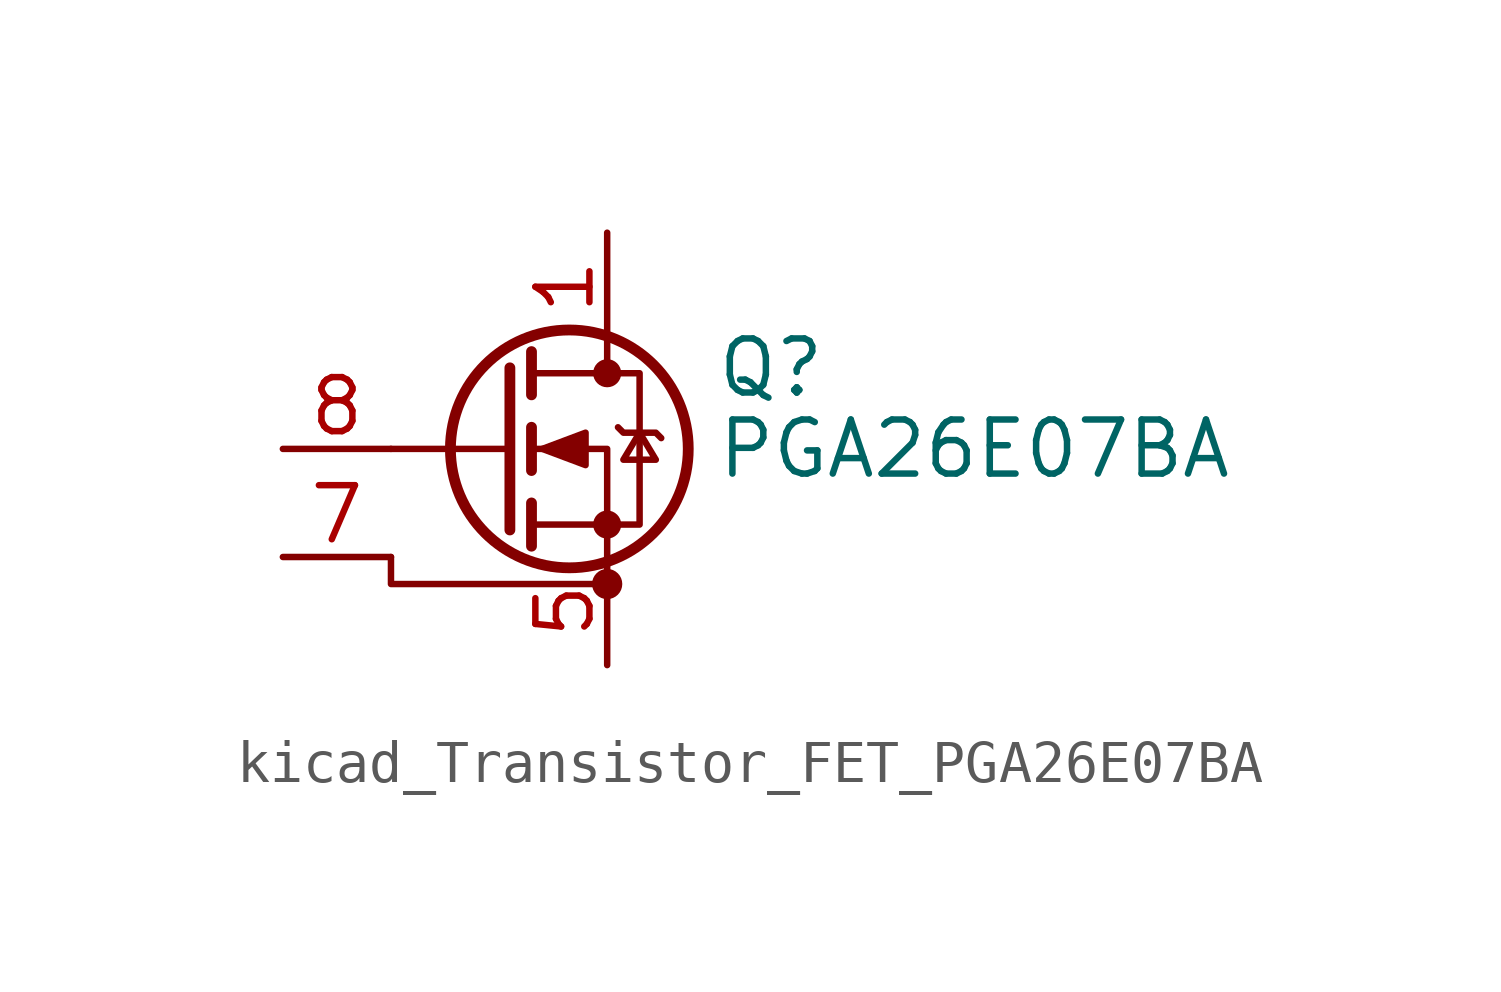
<source format=kicad_sym>
(kicad_symbol_lib
  (version 20220914)
  (generator kicad_symbol_editor)
  (symbol "kicad_Transistor_FET_PGA26E07BA"
    (pin_names hide)
    (property "Reference" "Q"
      (at 5.08 1.905 0)
      (effects (font (size 1.27 1.27)) (justify left)))
    (property "Value" "PGA26E07BA"
      (at 5.08 0 0)
      (effects (font (size 1.27 1.27)) (justify left)))
    (symbol "kicad_Transistor_FET_PGA26E07BA_0_1"
      (polyline (pts (xy 0.254 0) (xy -2.54 0)) (stroke (width 0) (type default)) (fill (type none)))
      (polyline (pts (xy 0.254 1.905) (xy 0.254 -1.905)) (stroke (width 0.254) (type default)) (fill (type none)))
      (polyline (pts (xy 0.762 -1.27) (xy 0.762 -2.286)) (stroke (width 0.254) (type default)) (fill (type none)))
      (polyline (pts (xy 0.762 0.508) (xy 0.762 -0.508)) (stroke (width 0.254) (type default)) (fill (type none)))
      (polyline (pts (xy 0.762 2.286) (xy 0.762 1.27)) (stroke (width 0.254) (type default)) (fill (type none)))
      (polyline (pts (xy 2.54 2.54) (xy 2.54 1.778)) (stroke (width 0) (type default)) (fill (type none)))
      (polyline (pts (xy -2.54 -2.54) (xy -2.54 -3.175) (xy 2.54 -3.175)) (stroke (width 0) (type default)) (fill (type none)))
      (polyline (pts (xy 2.54 -2.54) (xy 2.54 0) (xy 0.762 0)) (stroke (width 0) (type default)) (fill (type none)))
      (polyline (pts (xy 0.762 -1.778) (xy 3.302 -1.778) (xy 3.302 1.778) (xy 0.762 1.778)) (stroke (width 0) (type default)) (fill (type none)))
      (polyline (pts (xy 1.016 0) (xy 2.032 0.381) (xy 2.032 -0.381) (xy 1.016 0)) (stroke (width 0) (type default)) (fill (type outline)))
      (polyline (pts (xy 2.794 0.508) (xy 2.921 0.381) (xy 3.683 0.381) (xy 3.81 0.254)) (stroke (width 0) (type default)) (fill (type none)))
      (polyline (pts (xy 3.302 0.381) (xy 2.921 -0.254) (xy 3.683 -0.254) (xy 3.302 0.381)) (stroke (width 0) (type default)) (fill (type none)))
      (circle (center 1.651 0) (radius 2.794) (stroke (width 0.254) (type default)) (fill (type none)))
      (circle (center 2.54 -3.175) (radius 0.279) (stroke (width 0) (type default)) (fill (type outline)))
      (circle (center 2.54 -1.778) (radius 0.254) (stroke (width 0) (type default)) (fill (type outline)))
      (circle (center 2.54 1.778) (radius 0.254) (stroke (width 0) (type default)) (fill (type outline))))
    (symbol "kicad_Transistor_FET_PGA26E07BA_1_1"
      (pin passive line (at 2.54 5.08 270) (length 2.54) (name "D" (effects (font (size 1.27 1.27)))) (number "1" (effects (font (size 1.27 1.27)))))
      (pin passive line (at 2.54 5.08 270) (length 2.54) hide (name "D" (effects (font (size 1.27 1.27)))) (number "2" (effects (font (size 1.27 1.27)))))
      (pin passive line (at 2.54 5.08 270) (length 2.54) hide (name "D" (effects (font (size 1.27 1.27)))) (number "3" (effects (font (size 1.27 1.27)))))
      (pin passive line (at 2.54 5.08 270) (length 2.54) hide (name "D" (effects (font (size 1.27 1.27)))) (number "4" (effects (font (size 1.27 1.27)))))
      (pin passive line (at 2.54 -5.08 90) (length 2.54) (name "S2" (effects (font (size 1.27 1.27)))) (number "5" (effects (font (size 1.27 1.27)))))
      (pin passive line (at 2.54 -5.08 90) (length 2.54) hide (name "S2" (effects (font (size 1.27 1.27)))) (number "6" (effects (font (size 1.27 1.27)))))
      (pin passive line (at -5.08 -2.54 0) (length 2.54) (name "S1" (effects (font (size 1.27 1.27)))) (number "7" (effects (font (size 1.27 1.27)))))
      (pin input line (at -5.08 0 0) (length 2.54) (name "G" (effects (font (size 1.27 1.27)))) (number "8" (effects (font (size 1.27 1.27)))))
      (pin passive line (at 2.54 -5.08 90) (length 2.54) hide (name "S2" (effects (font (size 1.27 1.27)))) (number "9" (effects (font (size 1.27 1.27))))))))
</source>
